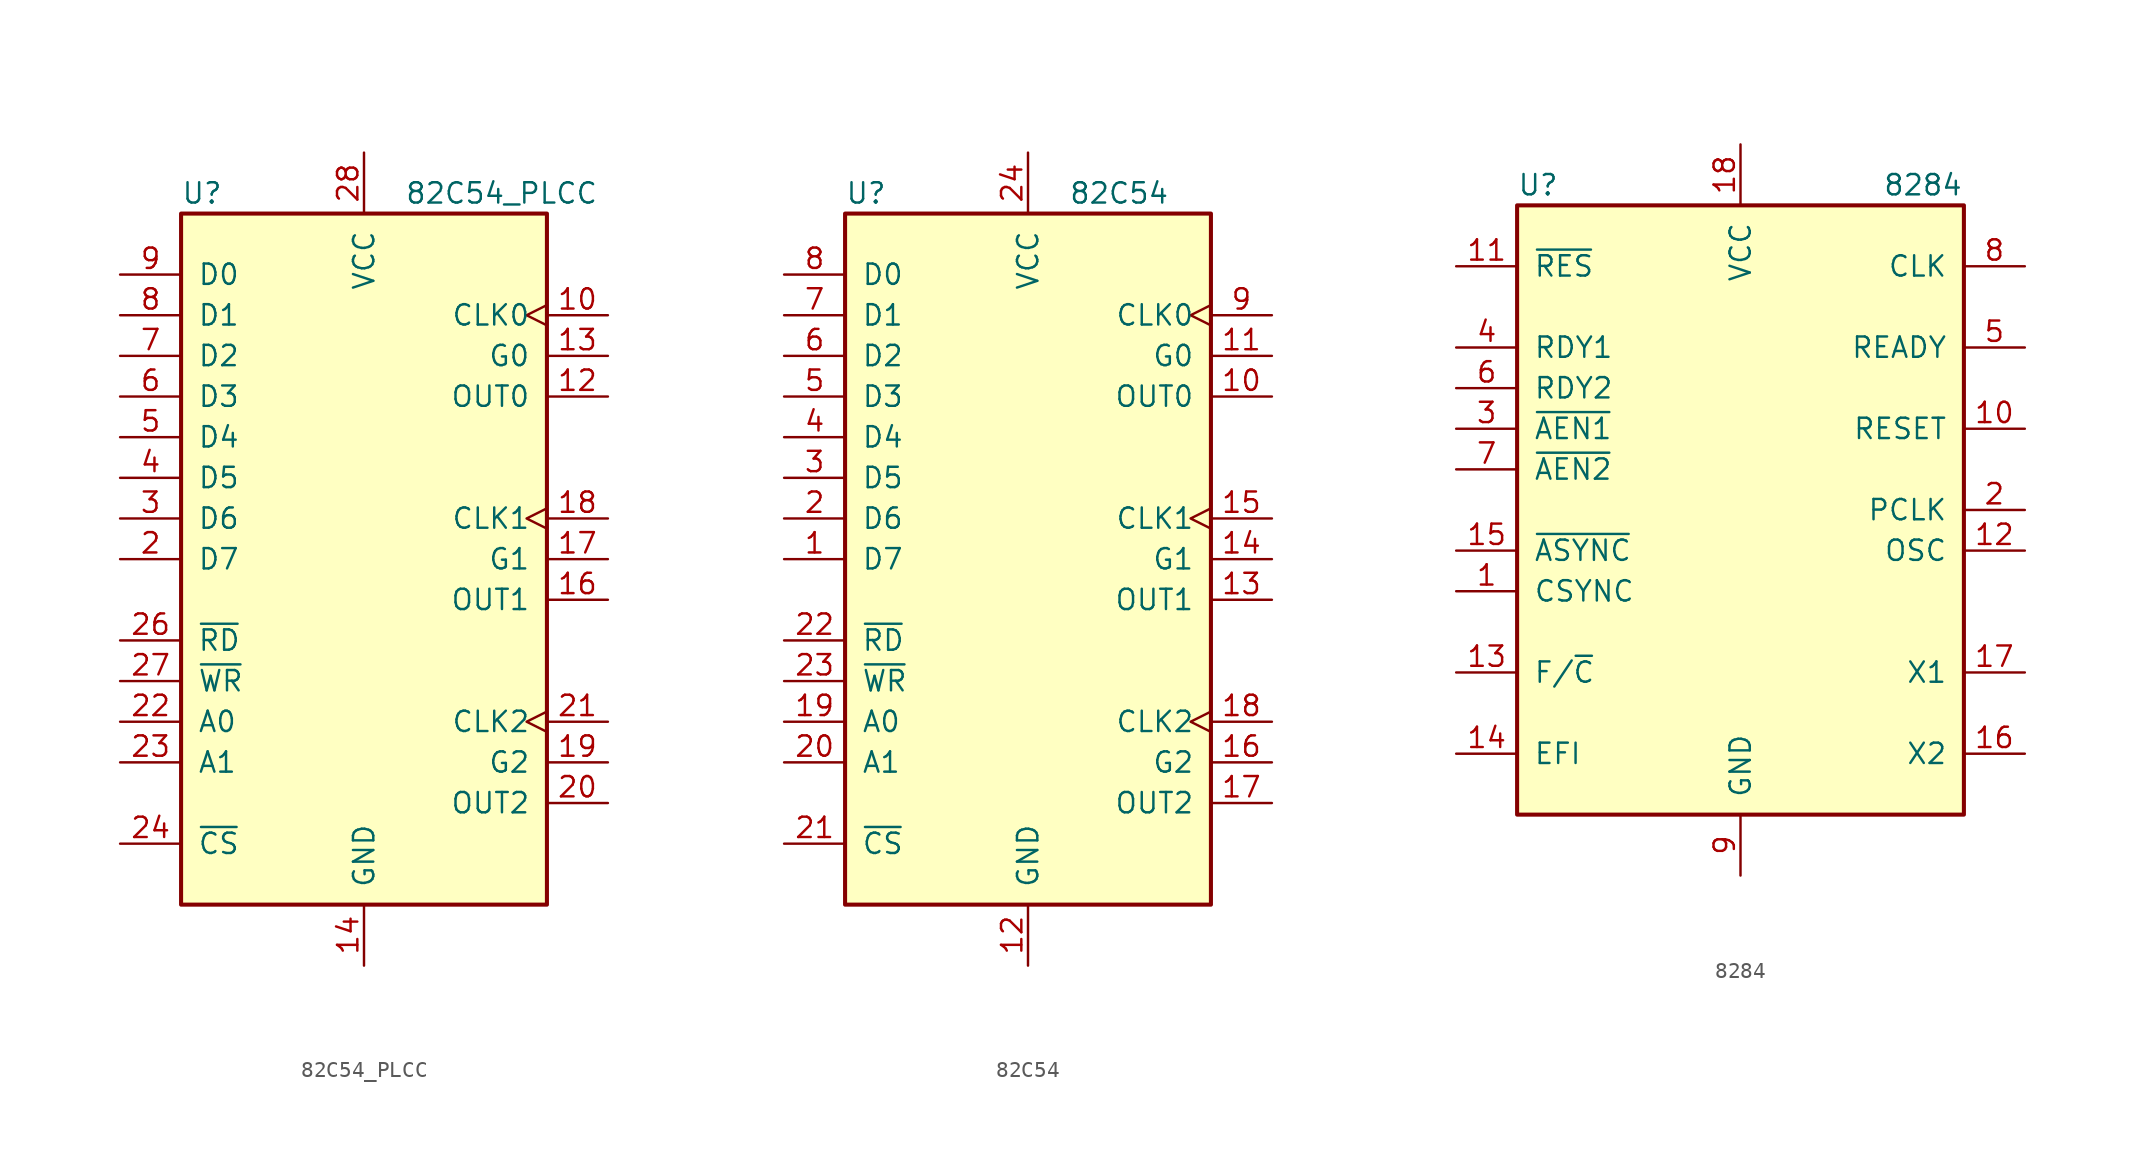
<source format=kicad_sym>
(kicad_symbol_lib
  (version 20211014)
  (generator kicad_symbol_editor)
  (symbol "82C54_PLCC"
    (pin_names
      (offset 1.016))
    (property "Reference" "U"
      (at -11.43 22.86 0)
      (effects (font (size 1.27 1.27)) (justify left)))
    (property "Value" "82C54_PLCC"
      (at 2.54 22.86 0)
      (effects (font (size 1.27 1.27)) (justify left)))
    (symbol "82C54_PLCC_0_1"
      (rectangle (start -11.43 -21.59) (end 11.43 21.59) (stroke (width 0.254) (type default) (color 0 0 0 0)) (fill (type background))))
    (symbol "82C54_PLCC_1_1"
      (pin no_connect line (at 2.54 -25.4 90) (length 3.81) hide (name "NC" (effects (font (size 1.27 1.27)))) (number "1" (effects (font (size 1.27 1.27)))))
      (pin input clock (at 15.24 15.24 180) (length 3.81) (name "CLK0" (effects (font (size 1.27 1.27)))) (number "10" (effects (font (size 1.27 1.27)))))
      (pin no_connect line (at 5.08 -25.4 90) (length 3.81) hide (name "NC" (effects (font (size 1.27 1.27)))) (number "11" (effects (font (size 1.27 1.27)))))
      (pin output line (at 15.24 10.16 180) (length 3.81) (name "OUT0" (effects (font (size 1.27 1.27)))) (number "12" (effects (font (size 1.27 1.27)))))
      (pin input line (at 15.24 12.7 180) (length 3.81) (name "G0" (effects (font (size 1.27 1.27)))) (number "13" (effects (font (size 1.27 1.27)))))
      (pin power_in line (at 0 -25.4 90) (length 3.81) (name "GND" (effects (font (size 1.27 1.27)))) (number "14" (effects (font (size 1.27 1.27)))))
      (pin no_connect line (at 7.62 -25.4 90) (length 3.81) hide (name "NC" (effects (font (size 1.27 1.27)))) (number "15" (effects (font (size 1.27 1.27)))))
      (pin output line (at 15.24 -2.54 180) (length 3.81) (name "OUT1" (effects (font (size 1.27 1.27)))) (number "16" (effects (font (size 1.27 1.27)))))
      (pin input line (at 15.24 0 180) (length 3.81) (name "G1" (effects (font (size 1.27 1.27)))) (number "17" (effects (font (size 1.27 1.27)))))
      (pin input clock (at 15.24 2.54 180) (length 3.81) (name "CLK1" (effects (font (size 1.27 1.27)))) (number "18" (effects (font (size 1.27 1.27)))))
      (pin input line (at 15.24 -12.7 180) (length 3.81) (name "G2" (effects (font (size 1.27 1.27)))) (number "19" (effects (font (size 1.27 1.27)))))
      (pin bidirectional line (at -15.24 0 0) (length 3.81) (name "D7" (effects (font (size 1.27 1.27)))) (number "2" (effects (font (size 1.27 1.27)))))
      (pin output line (at 15.24 -15.24 180) (length 3.81) (name "OUT2" (effects (font (size 1.27 1.27)))) (number "20" (effects (font (size 1.27 1.27)))))
      (pin input clock (at 15.24 -10.16 180) (length 3.81) (name "CLK2" (effects (font (size 1.27 1.27)))) (number "21" (effects (font (size 1.27 1.27)))))
      (pin input line (at -15.24 -10.16 0) (length 3.81) (name "A0" (effects (font (size 1.27 1.27)))) (number "22" (effects (font (size 1.27 1.27)))))
      (pin input line (at -15.24 -12.7 0) (length 3.81) (name "A1" (effects (font (size 1.27 1.27)))) (number "23" (effects (font (size 1.27 1.27)))))
      (pin input line (at -15.24 -17.78 0) (length 3.81) (name "~{CS}" (effects (font (size 1.27 1.27)))) (number "24" (effects (font (size 1.27 1.27)))))
      (pin no_connect line (at 10.16 -25.4 90) (length 3.81) hide (name "NC" (effects (font (size 1.27 1.27)))) (number "25" (effects (font (size 1.27 1.27)))))
      (pin input line (at -15.24 -5.08 0) (length 3.81) (name "~{RD}" (effects (font (size 1.27 1.27)))) (number "26" (effects (font (size 1.27 1.27)))))
      (pin input line (at -15.24 -7.62 0) (length 3.81) (name "~{WR}" (effects (font (size 1.27 1.27)))) (number "27" (effects (font (size 1.27 1.27)))))
      (pin power_in line (at 0 25.4 270) (length 3.81) (name "VCC" (effects (font (size 1.27 1.27)))) (number "28" (effects (font (size 1.27 1.27)))))
      (pin bidirectional line (at -15.24 2.54 0) (length 3.81) (name "D6" (effects (font (size 1.27 1.27)))) (number "3" (effects (font (size 1.27 1.27)))))
      (pin bidirectional line (at -15.24 5.08 0) (length 3.81) (name "D5" (effects (font (size 1.27 1.27)))) (number "4" (effects (font (size 1.27 1.27)))))
      (pin bidirectional line (at -15.24 7.62 0) (length 3.81) (name "D4" (effects (font (size 1.27 1.27)))) (number "5" (effects (font (size 1.27 1.27)))))
      (pin bidirectional line (at -15.24 10.16 0) (length 3.81) (name "D3" (effects (font (size 1.27 1.27)))) (number "6" (effects (font (size 1.27 1.27)))))
      (pin bidirectional line (at -15.24 12.7 0) (length 3.81) (name "D2" (effects (font (size 1.27 1.27)))) (number "7" (effects (font (size 1.27 1.27)))))
      (pin bidirectional line (at -15.24 15.24 0) (length 3.81) (name "D1" (effects (font (size 1.27 1.27)))) (number "8" (effects (font (size 1.27 1.27)))))
      (pin bidirectional line (at -15.24 17.78 0) (length 3.81) (name "D0" (effects (font (size 1.27 1.27)))) (number "9" (effects (font (size 1.27 1.27)))))))
  (symbol "82C54"
    (pin_names
      (offset 1.016))
    (property "Reference" "U"
      (at -11.43 22.86 0)
      (effects (font (size 1.27 1.27)) (justify left)))
    (property "Value" "82C54"
      (at 2.54 22.86 0)
      (effects (font (size 1.27 1.27)) (justify left)))
    (symbol "82C54_0_1"
      (rectangle (start -11.43 -21.59) (end 11.43 21.59) (stroke (width 0.254) (type default) (color 0 0 0 0)) (fill (type background))))
    (symbol "82C54_1_1"
      (pin bidirectional line (at -15.24 0 0) (length 3.81) (name "D7" (effects (font (size 1.27 1.27)))) (number "1" (effects (font (size 1.27 1.27)))))
      (pin output line (at 15.24 10.16 180) (length 3.81) (name "OUT0" (effects (font (size 1.27 1.27)))) (number "10" (effects (font (size 1.27 1.27)))))
      (pin input line (at 15.24 12.7 180) (length 3.81) (name "G0" (effects (font (size 1.27 1.27)))) (number "11" (effects (font (size 1.27 1.27)))))
      (pin power_in line (at 0 -25.4 90) (length 3.81) (name "GND" (effects (font (size 1.27 1.27)))) (number "12" (effects (font (size 1.27 1.27)))))
      (pin output line (at 15.24 -2.54 180) (length 3.81) (name "OUT1" (effects (font (size 1.27 1.27)))) (number "13" (effects (font (size 1.27 1.27)))))
      (pin input line (at 15.24 0 180) (length 3.81) (name "G1" (effects (font (size 1.27 1.27)))) (number "14" (effects (font (size 1.27 1.27)))))
      (pin input clock (at 15.24 2.54 180) (length 3.81) (name "CLK1" (effects (font (size 1.27 1.27)))) (number "15" (effects (font (size 1.27 1.27)))))
      (pin input line (at 15.24 -12.7 180) (length 3.81) (name "G2" (effects (font (size 1.27 1.27)))) (number "16" (effects (font (size 1.27 1.27)))))
      (pin output line (at 15.24 -15.24 180) (length 3.81) (name "OUT2" (effects (font (size 1.27 1.27)))) (number "17" (effects (font (size 1.27 1.27)))))
      (pin input clock (at 15.24 -10.16 180) (length 3.81) (name "CLK2" (effects (font (size 1.27 1.27)))) (number "18" (effects (font (size 1.27 1.27)))))
      (pin input line (at -15.24 -10.16 0) (length 3.81) (name "A0" (effects (font (size 1.27 1.27)))) (number "19" (effects (font (size 1.27 1.27)))))
      (pin bidirectional line (at -15.24 2.54 0) (length 3.81) (name "D6" (effects (font (size 1.27 1.27)))) (number "2" (effects (font (size 1.27 1.27)))))
      (pin input line (at -15.24 -12.7 0) (length 3.81) (name "A1" (effects (font (size 1.27 1.27)))) (number "20" (effects (font (size 1.27 1.27)))))
      (pin input line (at -15.24 -17.78 0) (length 3.81) (name "~{CS}" (effects (font (size 1.27 1.27)))) (number "21" (effects (font (size 1.27 1.27)))))
      (pin input line (at -15.24 -5.08 0) (length 3.81) (name "~{RD}" (effects (font (size 1.27 1.27)))) (number "22" (effects (font (size 1.27 1.27)))))
      (pin input line (at -15.24 -7.62 0) (length 3.81) (name "~{WR}" (effects (font (size 1.27 1.27)))) (number "23" (effects (font (size 1.27 1.27)))))
      (pin power_in line (at 0 25.4 270) (length 3.81) (name "VCC" (effects (font (size 1.27 1.27)))) (number "24" (effects (font (size 1.27 1.27)))))
      (pin bidirectional line (at -15.24 5.08 0) (length 3.81) (name "D5" (effects (font (size 1.27 1.27)))) (number "3" (effects (font (size 1.27 1.27)))))
      (pin bidirectional line (at -15.24 7.62 0) (length 3.81) (name "D4" (effects (font (size 1.27 1.27)))) (number "4" (effects (font (size 1.27 1.27)))))
      (pin bidirectional line (at -15.24 10.16 0) (length 3.81) (name "D3" (effects (font (size 1.27 1.27)))) (number "5" (effects (font (size 1.27 1.27)))))
      (pin bidirectional line (at -15.24 12.7 0) (length 3.81) (name "D2" (effects (font (size 1.27 1.27)))) (number "6" (effects (font (size 1.27 1.27)))))
      (pin bidirectional line (at -15.24 15.24 0) (length 3.81) (name "D1" (effects (font (size 1.27 1.27)))) (number "7" (effects (font (size 1.27 1.27)))))
      (pin bidirectional line (at -15.24 17.78 0) (length 3.81) (name "D0" (effects (font (size 1.27 1.27)))) (number "8" (effects (font (size 1.27 1.27)))))
      (pin input clock (at 15.24 15.24 180) (length 3.81) (name "CLK0" (effects (font (size 1.27 1.27)))) (number "9" (effects (font (size 1.27 1.27)))))))
  (symbol "8284"
    (pin_names
      (offset 1.016))
    (property "Reference" "U"
      (at -13.97 20.32 0)
      (effects (font (size 1.27 1.27)) (justify left)))
    (property "Value" "8284"
      (at 8.89 20.32 0)
      (effects (font (size 1.27 1.27)) (justify left)))
    (symbol "8284_0_0"
      (rectangle (start -13.97 -19.05) (end 13.97 19.05) (stroke (width 0.254) (type default) (color 0 0 0 0)) (fill (type background))))
    (symbol "8284_1_1"
      (pin input line (at -17.78 -5.08 0) (length 3.81) (name "CSYNC" (effects (font (size 1.27 1.27)))) (number "1" (effects (font (size 1.27 1.27)))))
      (pin output line (at 17.78 5.08 180) (length 3.81) (name "RESET" (effects (font (size 1.27 1.27)))) (number "10" (effects (font (size 1.27 1.27)))))
      (pin input line (at -17.78 15.24 0) (length 3.81) (name "~{RES}" (effects (font (size 1.27 1.27)))) (number "11" (effects (font (size 1.27 1.27)))))
      (pin output line (at 17.78 -2.54 180) (length 3.81) (name "OSC" (effects (font (size 1.27 1.27)))) (number "12" (effects (font (size 1.27 1.27)))))
      (pin input line (at -17.78 -10.16 0) (length 3.81) (name "F/~{C}" (effects (font (size 1.27 1.27)))) (number "13" (effects (font (size 1.27 1.27)))))
      (pin input line (at -17.78 -15.24 0) (length 3.81) (name "EFI" (effects (font (size 1.27 1.27)))) (number "14" (effects (font (size 1.27 1.27)))))
      (pin input line (at -17.78 -2.54 0) (length 3.81) (name "~{ASYNC}" (effects (font (size 1.27 1.27)))) (number "15" (effects (font (size 1.27 1.27)))))
      (pin output line (at 17.78 -15.24 180) (length 3.81) (name "X2" (effects (font (size 1.27 1.27)))) (number "16" (effects (font (size 1.27 1.27)))))
      (pin input line (at 17.78 -10.16 180) (length 3.81) (name "X1" (effects (font (size 1.27 1.27)))) (number "17" (effects (font (size 1.27 1.27)))))
      (pin power_in line (at 0 22.86 270) (length 3.81) (name "VCC" (effects (font (size 1.27 1.27)))) (number "18" (effects (font (size 1.27 1.27)))))
      (pin output line (at 17.78 0 180) (length 3.81) (name "PCLK" (effects (font (size 1.27 1.27)))) (number "2" (effects (font (size 1.27 1.27)))))
      (pin input line (at -17.78 5.08 0) (length 3.81) (name "~{AEN1}" (effects (font (size 1.27 1.27)))) (number "3" (effects (font (size 1.27 1.27)))))
      (pin input line (at -17.78 10.16 0) (length 3.81) (name "RDY1" (effects (font (size 1.27 1.27)))) (number "4" (effects (font (size 1.27 1.27)))))
      (pin output line (at 17.78 10.16 180) (length 3.81) (name "READY" (effects (font (size 1.27 1.27)))) (number "5" (effects (font (size 1.27 1.27)))))
      (pin input line (at -17.78 7.62 0) (length 3.81) (name "RDY2" (effects (font (size 1.27 1.27)))) (number "6" (effects (font (size 1.27 1.27)))))
      (pin input line (at -17.78 2.54 0) (length 3.81) (name "~{AEN2}" (effects (font (size 1.27 1.27)))) (number "7" (effects (font (size 1.27 1.27)))))
      (pin output line (at 17.78 15.24 180) (length 3.81) (name "CLK" (effects (font (size 1.27 1.27)))) (number "8" (effects (font (size 1.27 1.27)))))
      (pin power_in line (at 0 -22.86 90) (length 3.81) (name "GND" (effects (font (size 1.27 1.27)))) (number "9" (effects (font (size 1.27 1.27))))))))
</source>
